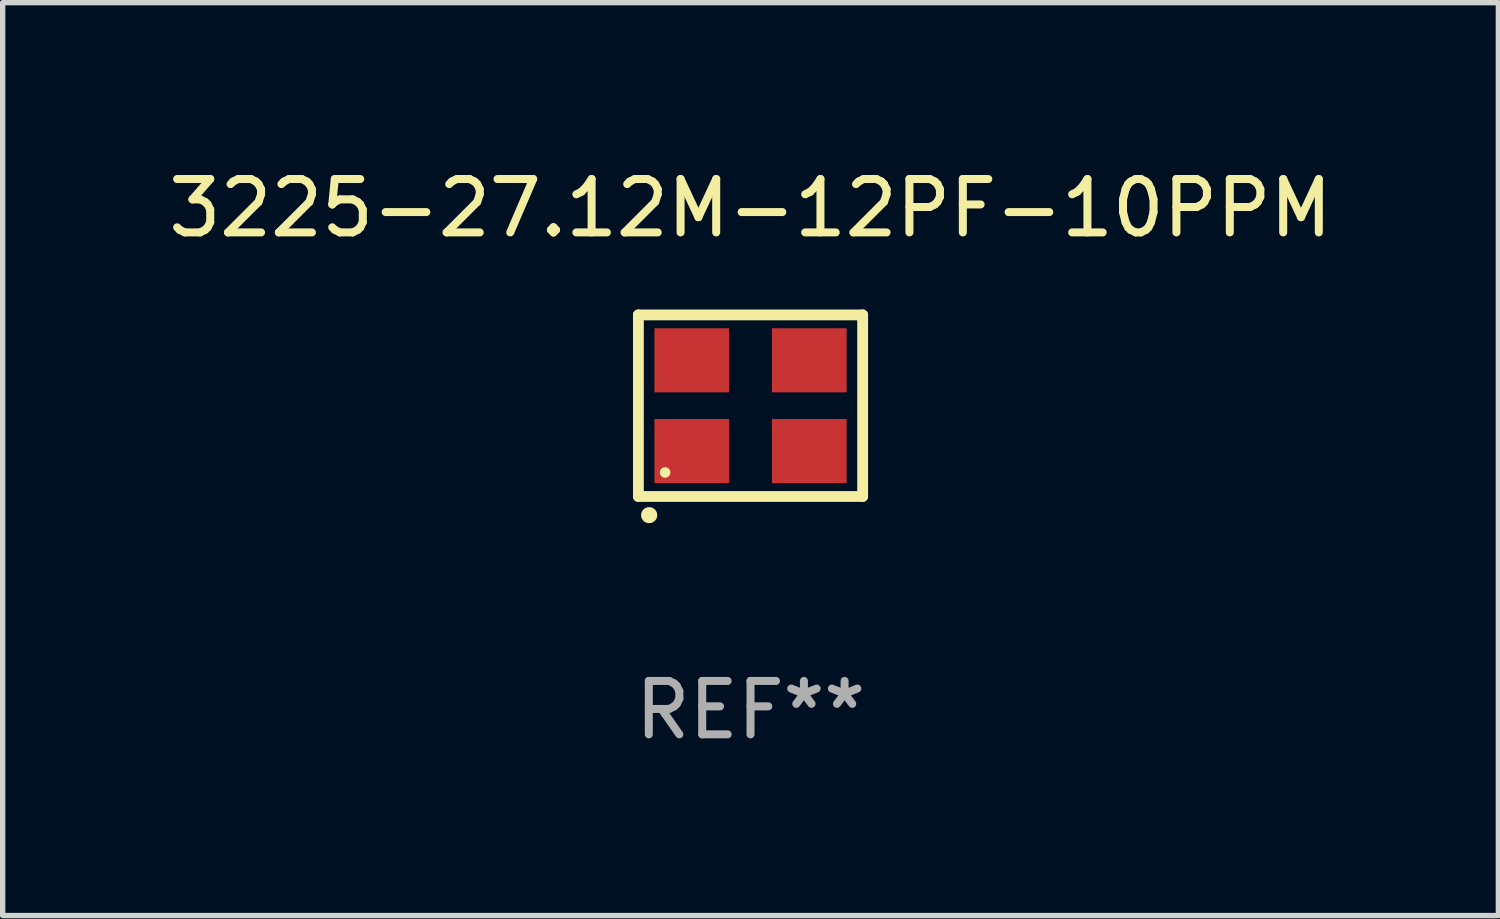
<source format=kicad_pcb>
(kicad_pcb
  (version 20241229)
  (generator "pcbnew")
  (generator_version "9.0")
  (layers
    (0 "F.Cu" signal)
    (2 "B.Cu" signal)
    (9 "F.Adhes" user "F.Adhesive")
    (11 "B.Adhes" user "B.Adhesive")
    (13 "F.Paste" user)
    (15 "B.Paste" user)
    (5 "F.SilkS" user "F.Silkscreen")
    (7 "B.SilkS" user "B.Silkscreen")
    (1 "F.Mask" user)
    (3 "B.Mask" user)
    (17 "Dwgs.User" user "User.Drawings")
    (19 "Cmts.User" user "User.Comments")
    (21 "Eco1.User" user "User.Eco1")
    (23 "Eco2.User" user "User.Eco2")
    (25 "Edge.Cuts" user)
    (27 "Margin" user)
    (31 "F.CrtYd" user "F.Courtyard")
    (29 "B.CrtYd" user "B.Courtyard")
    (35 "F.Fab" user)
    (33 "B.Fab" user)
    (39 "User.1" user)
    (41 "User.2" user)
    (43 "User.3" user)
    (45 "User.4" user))
  (footprint "3225-27.12M-12PF-10PPM"
    (layer "F.Cu")
    (at 11.006 4.548)
    (property "Reference" "3225-27.12M-12PF-10PPM" (at 0 -3.7 0) (layer "F.SilkS") (effects (font (size 1 1) (thickness 0.15))))
    (attr through_hole)
    (fp_line (start -2.1 -1.7) (end -2.1 1.7) (stroke (width 0.203) (type solid)) (layer "F.SilkS"))
    (fp_line (start -2.1 1.7) (end 2.1 1.7) (stroke (width 0.203) (type solid)) (layer "F.SilkS"))
    (fp_line (start 2.1 -1.7) (end -2.1 -1.7) (stroke (width 0.203) (type solid)) (layer "F.SilkS"))
    (fp_line (start 2.1 1.7) (end 2.1 -1.7) (stroke (width 0.203) (type solid)) (layer "F.SilkS"))
    (fp_arc (start -1.899924 2.049784) (mid -1.898654 2.049779) (end -1.897384 2.049784) (stroke (width 0.3) (type solid)) (layer "F.SilkS"))
    (fp_circle (center -1.6 1.25) (end -1.55 1.25) (stroke (width 0.1) (type solid)) (fill no) (layer "F.SilkS"))
    (fp_text user "REF**" (at 0 5.7 0) (layer "F.Fab") (effects (font (size 1 1) (thickness 0.15))))
    (pad "1" smd rect (at -1.1 0.85) (size 1.4 1.2) (layers "F.Cu" "F.Mask" "F.Paste"))
    (pad "2" smd rect (at 1.1 0.85) (size 1.4 1.2) (layers "F.Cu" "F.Mask" "F.Paste"))
    (pad "3" smd rect (at 1.1 -0.85) (size 1.4 1.2) (layers "F.Cu" "F.Mask" "F.Paste"))
    (pad "4" smd rect (at -1.1 -0.85) (size 1.4 1.2) (layers "F.Cu" "F.Mask" "F.Paste")))
  (gr_rect
    (start -3 -3)
    (end 25.012 14.097)
    (stroke (width 0.1) (type default))
    (fill no)
    (layer "Edge.Cuts")))
</source>
